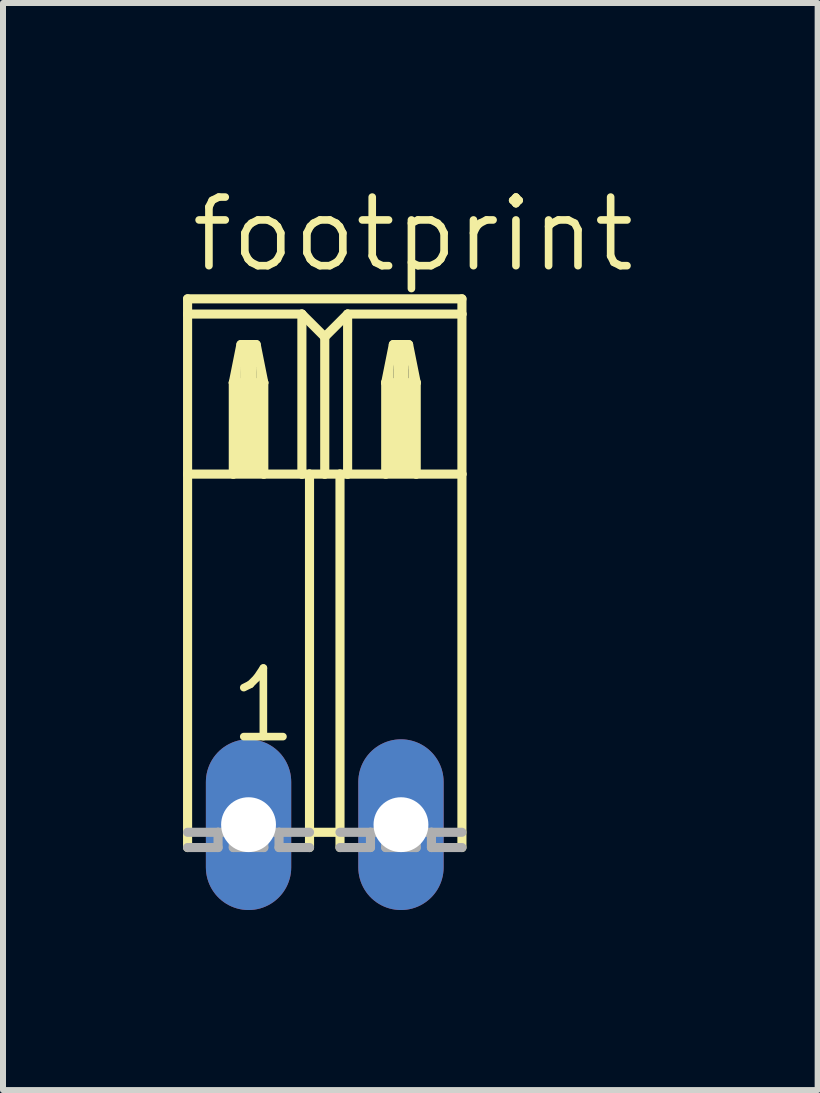
<source format=kicad_pcb>
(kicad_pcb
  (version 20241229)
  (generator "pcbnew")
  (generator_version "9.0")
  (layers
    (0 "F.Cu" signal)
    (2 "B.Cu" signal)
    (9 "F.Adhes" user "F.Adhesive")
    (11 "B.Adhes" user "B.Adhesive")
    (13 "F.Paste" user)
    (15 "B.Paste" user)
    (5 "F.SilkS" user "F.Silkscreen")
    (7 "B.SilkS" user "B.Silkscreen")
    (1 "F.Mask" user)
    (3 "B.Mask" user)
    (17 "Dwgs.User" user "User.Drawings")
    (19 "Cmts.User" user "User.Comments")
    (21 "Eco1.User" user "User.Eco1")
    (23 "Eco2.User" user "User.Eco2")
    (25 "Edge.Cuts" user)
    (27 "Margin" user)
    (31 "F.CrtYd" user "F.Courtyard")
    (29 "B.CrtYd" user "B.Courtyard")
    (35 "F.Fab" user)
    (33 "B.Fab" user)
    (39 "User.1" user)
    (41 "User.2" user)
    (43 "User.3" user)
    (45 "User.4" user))
  (footprint "footprint"
    (layer "F.Cu")
    (at 2.362 10.693)
    (property "Reference" "footprint" (at -2.286 -9.169 0) (layer "F.SilkS") (effects (font (size 1.143 1.143) (thickness 0.127)) (justify left bottom)))
    (fp_line (start -2.286 -8.763) (end -2.286 -8.509) (stroke (width 0.152) (type solid)) (layer "F.SilkS"))
    (fp_line (start -2.286 -8.763) (end 2.286 -8.763) (stroke (width 0.152) (type solid)) (layer "F.SilkS"))
    (fp_line (start -2.286 -8.509) (end -2.286 -5.842) (stroke (width 0.152) (type solid)) (layer "F.SilkS"))
    (fp_line (start -2.286 -8.509) (end -0.381 -8.509) (stroke (width 0.152) (type solid)) (layer "F.SilkS"))
    (fp_line (start -2.286 -5.842) (end -2.286 0.381) (stroke (width 0.152) (type solid)) (layer "F.SilkS"))
    (fp_line (start -2.286 -5.842) (end -1.524 -5.842) (stroke (width 0.152) (type solid)) (layer "F.SilkS"))
    (fp_line (start -1.524 -7.366) (end -1.524 -5.842) (stroke (width 0.152) (type solid)) (layer "F.SilkS"))
    (fp_line (start -1.524 -7.366) (end -1.397 -8.001) (stroke (width 0.152) (type solid)) (layer "F.SilkS"))
    (fp_line (start -1.524 -5.842) (end -1.016 -5.842) (stroke (width 0.152) (type solid)) (layer "F.SilkS"))
    (fp_line (start -1.397 -8.001) (end -1.143 -8.001) (stroke (width 0.152) (type solid)) (layer "F.SilkS"))
    (fp_line (start -1.143 -8.001) (end -1.016 -7.366) (stroke (width 0.152) (type solid)) (layer "F.SilkS"))
    (fp_line (start -1.016 -7.366) (end -1.524 -7.366) (stroke (width 0.152) (type solid)) (layer "F.SilkS"))
    (fp_line (start -1.016 -7.366) (end -1.016 -5.842) (stroke (width 0.152) (type solid)) (layer "F.SilkS"))
    (fp_line (start -1.016 -5.842) (end -0.381 -5.842) (stroke (width 0.152) (type solid)) (layer "F.SilkS"))
    (fp_line (start -0.381 -8.509) (end -0.381 -5.842) (stroke (width 0.152) (type solid)) (layer "F.SilkS"))
    (fp_line (start -0.381 -8.509) (end 0 -8.128) (stroke (width 0.152) (type solid)) (layer "F.SilkS"))
    (fp_line (start -0.381 -5.842) (end -0.254 -5.842) (stroke (width 0.152) (type solid)) (layer "F.SilkS"))
    (fp_line (start -0.254 -5.842) (end -0.254 0.127) (stroke (width 0.152) (type solid)) (layer "F.SilkS"))
    (fp_line (start -0.254 -5.842) (end 0 -5.842) (stroke (width 0.152) (type solid)) (layer "F.SilkS"))
    (fp_line (start -0.254 0.127) (end -0.254 0.381) (stroke (width 0.152) (type solid)) (layer "F.SilkS"))
    (fp_line (start 0 -8.128) (end 0 -5.842) (stroke (width 0.152) (type solid)) (layer "F.SilkS"))
    (fp_line (start 0 -8.128) (end 0.381 -8.509) (stroke (width 0.152) (type solid)) (layer "F.SilkS"))
    (fp_line (start 0 -5.842) (end 0.254 -5.842) (stroke (width 0.152) (type solid)) (layer "F.SilkS"))
    (fp_line (start 0.254 -5.842) (end 0.254 0.127) (stroke (width 0.152) (type solid)) (layer "F.SilkS"))
    (fp_line (start 0.254 -5.842) (end 0.381 -5.842) (stroke (width 0.152) (type solid)) (layer "F.SilkS"))
    (fp_line (start 0.254 0.127) (end -0.254 0.127) (stroke (width 0.152) (type solid)) (layer "F.SilkS"))
    (fp_line (start 0.254 0.127) (end 0.254 0.381) (stroke (width 0.152) (type solid)) (layer "F.SilkS"))
    (fp_line (start 0.381 -8.509) (end 0.381 -5.842) (stroke (width 0.152) (type solid)) (layer "F.SilkS"))
    (fp_line (start 0.381 -8.509) (end 2.286 -8.509) (stroke (width 0.152) (type solid)) (layer "F.SilkS"))
    (fp_line (start 0.381 -5.842) (end 1.016 -5.842) (stroke (width 0.152) (type solid)) (layer "F.SilkS"))
    (fp_line (start 1.016 -7.366) (end 1.016 -5.842) (stroke (width 0.152) (type solid)) (layer "F.SilkS"))
    (fp_line (start 1.016 -7.366) (end 1.143 -8.001) (stroke (width 0.152) (type solid)) (layer "F.SilkS"))
    (fp_line (start 1.016 -5.842) (end 1.524 -5.842) (stroke (width 0.152) (type solid)) (layer "F.SilkS"))
    (fp_line (start 1.143 -8.001) (end 1.397 -8.001) (stroke (width 0.152) (type solid)) (layer "F.SilkS"))
    (fp_line (start 1.397 -8.001) (end 1.524 -7.366) (stroke (width 0.152) (type solid)) (layer "F.SilkS"))
    (fp_line (start 1.524 -7.366) (end 1.016 -7.366) (stroke (width 0.152) (type solid)) (layer "F.SilkS"))
    (fp_line (start 1.524 -7.366) (end 1.524 -5.842) (stroke (width 0.152) (type solid)) (layer "F.SilkS"))
    (fp_line (start 1.524 -5.842) (end 2.286 -5.842) (stroke (width 0.152) (type solid)) (layer "F.SilkS"))
    (fp_line (start 2.286 -8.509) (end 2.286 -8.763) (stroke (width 0.152) (type solid)) (layer "F.SilkS"))
    (fp_line (start 2.286 -5.842) (end 2.286 -8.509) (stroke (width 0.152) (type solid)) (layer "F.SilkS"))
    (fp_line (start 2.286 -5.842) (end 2.286 0.381) (stroke (width 0.152) (type solid)) (layer "F.SilkS"))
    (fp_poly (pts (xy -1.524 -7.366) (xy -1.397 -7.366) (xy -1.397 -7.62) (xy -1.524 -7.62)) (stroke (width 0) (type solid)) (fill yes) (layer "F.SilkS"))
    (fp_poly (pts (xy -1.524 -5.842) (xy -1.016 -5.842) (xy -1.016 -7.366) (xy -1.524 -7.366)) (stroke (width 0) (type solid)) (fill yes) (layer "F.SilkS"))
    (fp_poly (pts (xy -1.397 -7.366) (xy -1.143 -7.366) (xy -1.143 -8.001) (xy -1.397 -8.001)) (stroke (width 0) (type solid)) (fill yes) (layer "F.SilkS"))
    (fp_poly (pts (xy -1.143 -7.366) (xy -1.016 -7.366) (xy -1.016 -7.62) (xy -1.143 -7.62)) (stroke (width 0) (type solid)) (fill yes) (layer "F.SilkS"))
    (fp_poly (pts (xy 1.016 -7.366) (xy 1.143 -7.366) (xy 1.143 -7.62) (xy 1.016 -7.62)) (stroke (width 0) (type solid)) (fill yes) (layer "F.SilkS"))
    (fp_poly (pts (xy 1.016 -5.842) (xy 1.524 -5.842) (xy 1.524 -7.366) (xy 1.016 -7.366)) (stroke (width 0) (type solid)) (fill yes) (layer "F.SilkS"))
    (fp_poly (pts (xy 1.143 -7.366) (xy 1.397 -7.366) (xy 1.397 -8.001) (xy 1.143 -8.001)) (stroke (width 0) (type solid)) (fill yes) (layer "F.SilkS"))
    (fp_poly (pts (xy 1.397 -7.366) (xy 1.524 -7.366) (xy 1.524 -7.62) (xy 1.397 -7.62)) (stroke (width 0) (type solid)) (fill yes) (layer "F.SilkS"))
    (fp_line (start -2.286 0.127) (end -1.778 0.127) (stroke (width 0.152) (type solid)) (layer "F.Fab"))
    (fp_line (start -1.778 0.381) (end -2.286 0.381) (stroke (width 0.152) (type solid)) (layer "F.Fab"))
    (fp_line (start -1.778 0.381) (end -1.778 0.127) (stroke (width 0.152) (type solid)) (layer "F.Fab"))
    (fp_line (start -1.524 0.127) (end -1.778 0.127) (stroke (width 0.152) (type solid)) (layer "F.Fab"))
    (fp_line (start -1.524 0.381) (end -1.524 0.127) (stroke (width 0.152) (type solid)) (layer "F.Fab"))
    (fp_line (start -1.016 0.381) (end -1.524 0.381) (stroke (width 0.152) (type solid)) (layer "F.Fab"))
    (fp_line (start -1.016 0.381) (end -1.016 0.127) (stroke (width 0.152) (type solid)) (layer "F.Fab"))
    (fp_line (start -0.762 0.127) (end -1.016 0.127) (stroke (width 0.152) (type solid)) (layer "F.Fab"))
    (fp_line (start -0.762 0.381) (end -0.762 0.127) (stroke (width 0.152) (type solid)) (layer "F.Fab"))
    (fp_line (start -0.254 0.127) (end -0.762 0.127) (stroke (width 0.152) (type solid)) (layer "F.Fab"))
    (fp_line (start -0.254 0.381) (end -0.762 0.381) (stroke (width 0.152) (type solid)) (layer "F.Fab"))
    (fp_line (start 0.254 0.127) (end 0.762 0.127) (stroke (width 0.152) (type solid)) (layer "F.Fab"))
    (fp_line (start 0.762 0.381) (end 0.254 0.381) (stroke (width 0.152) (type solid)) (layer "F.Fab"))
    (fp_line (start 0.762 0.381) (end 0.762 0.127) (stroke (width 0.152) (type solid)) (layer "F.Fab"))
    (fp_line (start 1.016 0.127) (end 0.762 0.127) (stroke (width 0.152) (type solid)) (layer "F.Fab"))
    (fp_line (start 1.016 0.381) (end 1.016 0.127) (stroke (width 0.152) (type solid)) (layer "F.Fab"))
    (fp_line (start 1.524 0.381) (end 1.016 0.381) (stroke (width 0.152) (type solid)) (layer "F.Fab"))
    (fp_line (start 1.524 0.381) (end 1.524 0.127) (stroke (width 0.152) (type solid)) (layer "F.Fab"))
    (fp_line (start 1.778 0.127) (end 1.524 0.127) (stroke (width 0.152) (type solid)) (layer "F.Fab"))
    (fp_line (start 1.778 0.381) (end 1.778 0.127) (stroke (width 0.152) (type solid)) (layer "F.Fab"))
    (fp_line (start 2.286 0.127) (end 1.778 0.127) (stroke (width 0.152) (type solid)) (layer "F.Fab"))
    (fp_line (start 2.286 0.381) (end 1.778 0.381) (stroke (width 0.152) (type solid)) (layer "F.Fab"))
    (fp_text user "1" (at -1.651 -1.321 0) (layer "F.SilkS") (effects (font (size 1.143 1.143) (thickness 0.127)) (justify left bottom)))
    (pad "1" thru_hole oval (at -1.27 0 90) (size 2.845 1.422) (drill 0.914) (layers "*.Cu" "*.Mask"))
    (pad "2" thru_hole oval (at 1.27 0 90) (size 2.845 1.422) (drill 0.914) (layers "*.Cu" "*.Mask")))
  (gr_rect
    (start -3 -3)
    (end 10.576 15.116)
    (stroke (width 0.1) (type default))
    (fill no)
    (layer "Edge.Cuts")))
</source>
